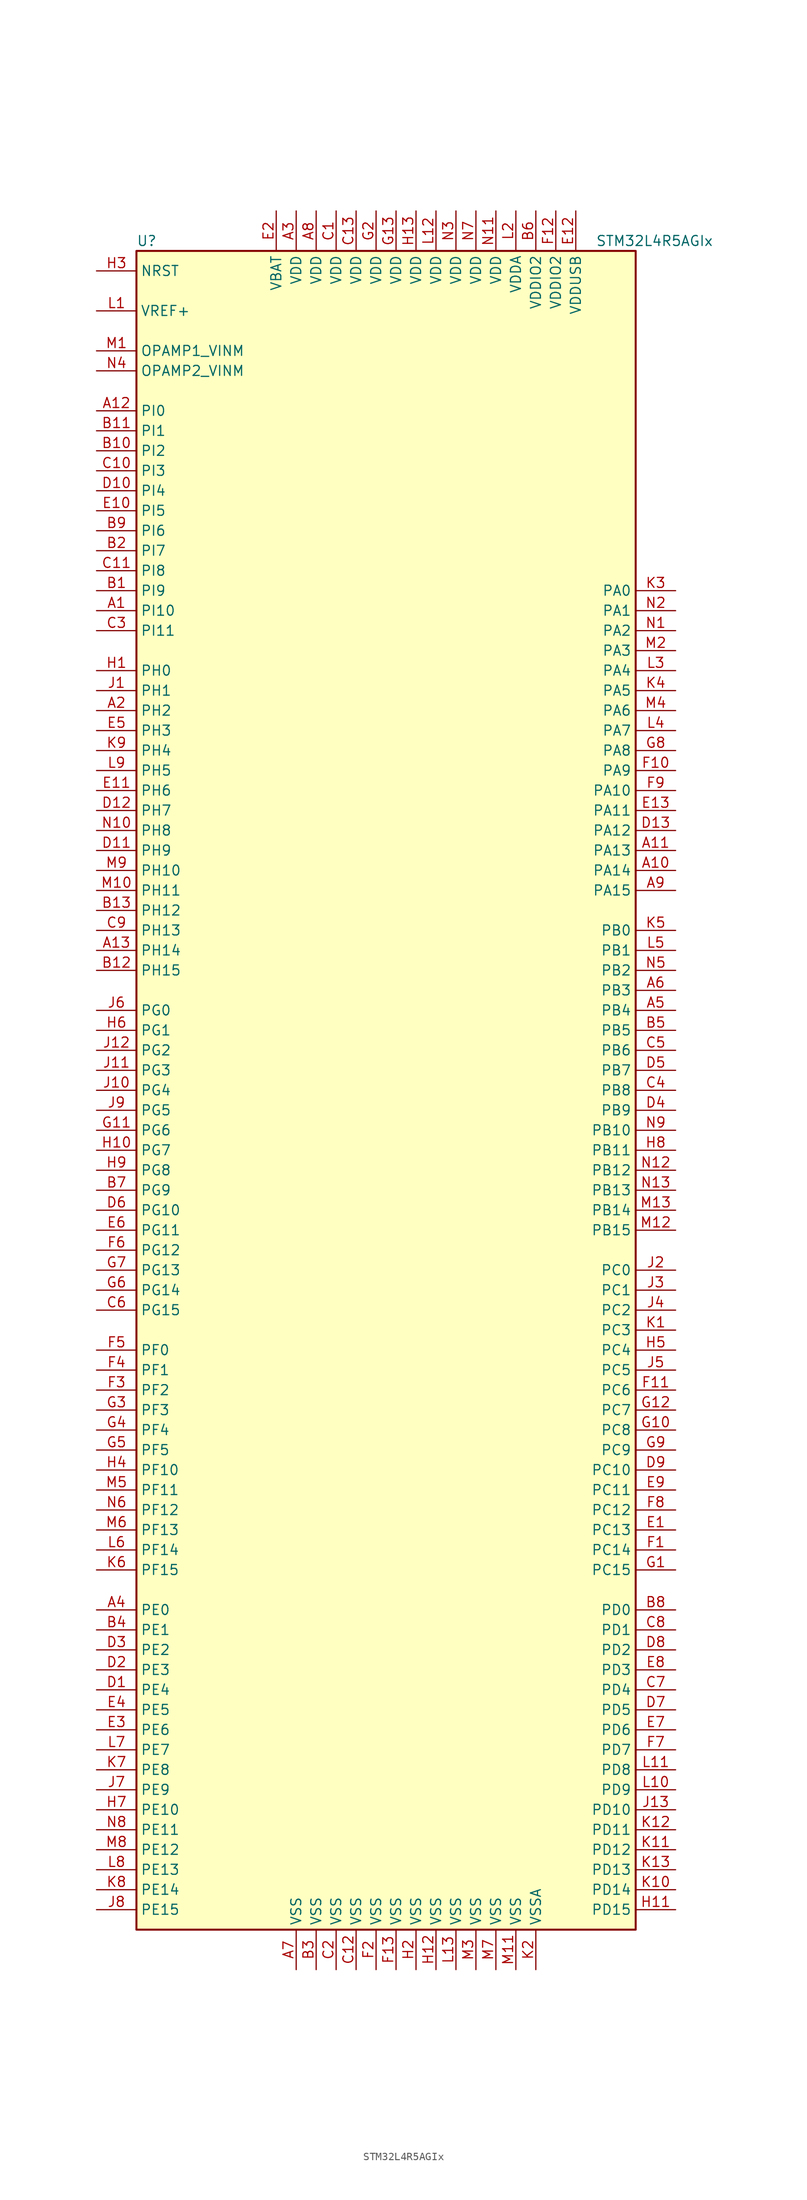
<source format=kicad_sym>
(kicad_symbol_lib
  (version 20201005)
  (generator kicad_symbol_editor)
  (symbol "STM32L4R5AGIx"
    (property "Reference" "U"
      (at -33.02 107.95 0)
      (effects (font (size 1.27 1.27)) (justify left)))
    (property "Value" "STM32L4R5AGIx"
      (at 25.4 107.95 0)
      (effects (font (size 1.27 1.27)) (justify left)))
    (symbol "STM32L4R5AGIx_0_1"
      (rectangle (start -33.02 -106.68) (end 30.48 106.68) (stroke (width 0.254)) (fill (type background))))
    (symbol "STM32L4R5AGIx_1_1"
      (pin bidirectional line (at -38.1 60.96 0) (length 5.08) (name "PI10" (effects (font (size 1.27 1.27)))) (number "A1" (effects (font (size 1.27 1.27)))))
      (pin bidirectional line (at 35.56 27.94 180) (length 5.08) (name "PA14" (effects (font (size 1.27 1.27)))) (number "A10" (effects (font (size 1.27 1.27)))))
      (pin bidirectional line (at 35.56 30.48 180) (length 5.08) (name "PA13" (effects (font (size 1.27 1.27)))) (number "A11" (effects (font (size 1.27 1.27)))))
      (pin bidirectional line (at -38.1 86.36 0) (length 5.08) (name "PI0" (effects (font (size 1.27 1.27)))) (number "A12" (effects (font (size 1.27 1.27)))))
      (pin bidirectional line (at -38.1 17.78 0) (length 5.08) (name "PH14" (effects (font (size 1.27 1.27)))) (number "A13" (effects (font (size 1.27 1.27)))))
      (pin bidirectional line (at -38.1 48.26 0) (length 5.08) (name "PH2" (effects (font (size 1.27 1.27)))) (number "A2" (effects (font (size 1.27 1.27)))))
      (pin power_in line (at -12.7 111.76 270) (length 5.08) (name "VDD" (effects (font (size 1.27 1.27)))) (number "A3" (effects (font (size 1.27 1.27)))))
      (pin bidirectional line (at -38.1 -66.04 0) (length 5.08) (name "PE0" (effects (font (size 1.27 1.27)))) (number "A4" (effects (font (size 1.27 1.27)))))
      (pin bidirectional line (at 35.56 10.16 180) (length 5.08) (name "PB4" (effects (font (size 1.27 1.27)))) (number "A5" (effects (font (size 1.27 1.27)))))
      (pin bidirectional line (at 35.56 12.7 180) (length 5.08) (name "PB3" (effects (font (size 1.27 1.27)))) (number "A6" (effects (font (size 1.27 1.27)))))
      (pin power_in line (at -12.7 -111.76 90) (length 5.08) (name "VSS" (effects (font (size 1.27 1.27)))) (number "A7" (effects (font (size 1.27 1.27)))))
      (pin power_in line (at -10.16 111.76 270) (length 5.08) (name "VDD" (effects (font (size 1.27 1.27)))) (number "A8" (effects (font (size 1.27 1.27)))))
      (pin bidirectional line (at 35.56 25.4 180) (length 5.08) (name "PA15" (effects (font (size 1.27 1.27)))) (number "A9" (effects (font (size 1.27 1.27)))))
      (pin bidirectional line (at -38.1 63.5 0) (length 5.08) (name "PI9" (effects (font (size 1.27 1.27)))) (number "B1" (effects (font (size 1.27 1.27)))))
      (pin bidirectional line (at -38.1 81.28 0) (length 5.08) (name "PI2" (effects (font (size 1.27 1.27)))) (number "B10" (effects (font (size 1.27 1.27)))))
      (pin bidirectional line (at -38.1 83.82 0) (length 5.08) (name "PI1" (effects (font (size 1.27 1.27)))) (number "B11" (effects (font (size 1.27 1.27)))))
      (pin bidirectional line (at -38.1 15.24 0) (length 5.08) (name "PH15" (effects (font (size 1.27 1.27)))) (number "B12" (effects (font (size 1.27 1.27)))))
      (pin bidirectional line (at -38.1 22.86 0) (length 5.08) (name "PH12" (effects (font (size 1.27 1.27)))) (number "B13" (effects (font (size 1.27 1.27)))))
      (pin bidirectional line (at -38.1 68.58 0) (length 5.08) (name "PI7" (effects (font (size 1.27 1.27)))) (number "B2" (effects (font (size 1.27 1.27)))))
      (pin power_in line (at -10.16 -111.76 90) (length 5.08) (name "VSS" (effects (font (size 1.27 1.27)))) (number "B3" (effects (font (size 1.27 1.27)))))
      (pin bidirectional line (at -38.1 -68.58 0) (length 5.08) (name "PE1" (effects (font (size 1.27 1.27)))) (number "B4" (effects (font (size 1.27 1.27)))))
      (pin bidirectional line (at 35.56 7.62 180) (length 5.08) (name "PB5" (effects (font (size 1.27 1.27)))) (number "B5" (effects (font (size 1.27 1.27)))))
      (pin power_in line (at 17.78 111.76 270) (length 5.08) (name "VDDIO2" (effects (font (size 1.27 1.27)))) (number "B6" (effects (font (size 1.27 1.27)))))
      (pin bidirectional line (at -38.1 -12.7 0) (length 5.08) (name "PG9" (effects (font (size 1.27 1.27)))) (number "B7" (effects (font (size 1.27 1.27)))))
      (pin bidirectional line (at 35.56 -66.04 180) (length 5.08) (name "PD0" (effects (font (size 1.27 1.27)))) (number "B8" (effects (font (size 1.27 1.27)))))
      (pin bidirectional line (at -38.1 71.12 0) (length 5.08) (name "PI6" (effects (font (size 1.27 1.27)))) (number "B9" (effects (font (size 1.27 1.27)))))
      (pin power_in line (at -7.62 111.76 270) (length 5.08) (name "VDD" (effects (font (size 1.27 1.27)))) (number "C1" (effects (font (size 1.27 1.27)))))
      (pin bidirectional line (at -38.1 78.74 0) (length 5.08) (name "PI3" (effects (font (size 1.27 1.27)))) (number "C10" (effects (font (size 1.27 1.27)))))
      (pin bidirectional line (at -38.1 66.04 0) (length 5.08) (name "PI8" (effects (font (size 1.27 1.27)))) (number "C11" (effects (font (size 1.27 1.27)))))
      (pin power_in line (at -5.08 -111.76 90) (length 5.08) (name "VSS" (effects (font (size 1.27 1.27)))) (number "C12" (effects (font (size 1.27 1.27)))))
      (pin power_in line (at -5.08 111.76 270) (length 5.08) (name "VDD" (effects (font (size 1.27 1.27)))) (number "C13" (effects (font (size 1.27 1.27)))))
      (pin power_in line (at -7.62 -111.76 90) (length 5.08) (name "VSS" (effects (font (size 1.27 1.27)))) (number "C2" (effects (font (size 1.27 1.27)))))
      (pin bidirectional line (at -38.1 58.42 0) (length 5.08) (name "PI11" (effects (font (size 1.27 1.27)))) (number "C3" (effects (font (size 1.27 1.27)))))
      (pin bidirectional line (at 35.56 0 180) (length 5.08) (name "PB8" (effects (font (size 1.27 1.27)))) (number "C4" (effects (font (size 1.27 1.27)))))
      (pin bidirectional line (at 35.56 5.08 180) (length 5.08) (name "PB6" (effects (font (size 1.27 1.27)))) (number "C5" (effects (font (size 1.27 1.27)))))
      (pin bidirectional line (at -38.1 -27.94 0) (length 5.08) (name "PG15" (effects (font (size 1.27 1.27)))) (number "C6" (effects (font (size 1.27 1.27)))))
      (pin bidirectional line (at 35.56 -76.2 180) (length 5.08) (name "PD4" (effects (font (size 1.27 1.27)))) (number "C7" (effects (font (size 1.27 1.27)))))
      (pin bidirectional line (at 35.56 -68.58 180) (length 5.08) (name "PD1" (effects (font (size 1.27 1.27)))) (number "C8" (effects (font (size 1.27 1.27)))))
      (pin bidirectional line (at -38.1 20.32 0) (length 5.08) (name "PH13" (effects (font (size 1.27 1.27)))) (number "C9" (effects (font (size 1.27 1.27)))))
      (pin bidirectional line (at -38.1 -76.2 0) (length 5.08) (name "PE4" (effects (font (size 1.27 1.27)))) (number "D1" (effects (font (size 1.27 1.27)))))
      (pin bidirectional line (at -38.1 76.2 0) (length 5.08) (name "PI4" (effects (font (size 1.27 1.27)))) (number "D10" (effects (font (size 1.27 1.27)))))
      (pin bidirectional line (at -38.1 30.48 0) (length 5.08) (name "PH9" (effects (font (size 1.27 1.27)))) (number "D11" (effects (font (size 1.27 1.27)))))
      (pin bidirectional line (at -38.1 35.56 0) (length 5.08) (name "PH7" (effects (font (size 1.27 1.27)))) (number "D12" (effects (font (size 1.27 1.27)))))
      (pin bidirectional line (at 35.56 33.02 180) (length 5.08) (name "PA12" (effects (font (size 1.27 1.27)))) (number "D13" (effects (font (size 1.27 1.27)))))
      (pin bidirectional line (at -38.1 -73.66 0) (length 5.08) (name "PE3" (effects (font (size 1.27 1.27)))) (number "D2" (effects (font (size 1.27 1.27)))))
      (pin bidirectional line (at -38.1 -71.12 0) (length 5.08) (name "PE2" (effects (font (size 1.27 1.27)))) (number "D3" (effects (font (size 1.27 1.27)))))
      (pin bidirectional line (at 35.56 -2.54 180) (length 5.08) (name "PB9" (effects (font (size 1.27 1.27)))) (number "D4" (effects (font (size 1.27 1.27)))))
      (pin bidirectional line (at 35.56 2.54 180) (length 5.08) (name "PB7" (effects (font (size 1.27 1.27)))) (number "D5" (effects (font (size 1.27 1.27)))))
      (pin bidirectional line (at -38.1 -15.24 0) (length 5.08) (name "PG10" (effects (font (size 1.27 1.27)))) (number "D6" (effects (font (size 1.27 1.27)))))
      (pin bidirectional line (at 35.56 -78.74 180) (length 5.08) (name "PD5" (effects (font (size 1.27 1.27)))) (number "D7" (effects (font (size 1.27 1.27)))))
      (pin bidirectional line (at 35.56 -71.12 180) (length 5.08) (name "PD2" (effects (font (size 1.27 1.27)))) (number "D8" (effects (font (size 1.27 1.27)))))
      (pin bidirectional line (at 35.56 -48.26 180) (length 5.08) (name "PC10" (effects (font (size 1.27 1.27)))) (number "D9" (effects (font (size 1.27 1.27)))))
      (pin bidirectional line (at 35.56 -55.88 180) (length 5.08) (name "PC13" (effects (font (size 1.27 1.27)))) (number "E1" (effects (font (size 1.27 1.27)))))
      (pin bidirectional line (at -38.1 73.66 0) (length 5.08) (name "PI5" (effects (font (size 1.27 1.27)))) (number "E10" (effects (font (size 1.27 1.27)))))
      (pin bidirectional line (at -38.1 38.1 0) (length 5.08) (name "PH6" (effects (font (size 1.27 1.27)))) (number "E11" (effects (font (size 1.27 1.27)))))
      (pin power_in line (at 22.86 111.76 270) (length 5.08) (name "VDDUSB" (effects (font (size 1.27 1.27)))) (number "E12" (effects (font (size 1.27 1.27)))))
      (pin bidirectional line (at 35.56 35.56 180) (length 5.08) (name "PA11" (effects (font (size 1.27 1.27)))) (number "E13" (effects (font (size 1.27 1.27)))))
      (pin power_in line (at -15.24 111.76 270) (length 5.08) (name "VBAT" (effects (font (size 1.27 1.27)))) (number "E2" (effects (font (size 1.27 1.27)))))
      (pin bidirectional line (at -38.1 -81.28 0) (length 5.08) (name "PE6" (effects (font (size 1.27 1.27)))) (number "E3" (effects (font (size 1.27 1.27)))))
      (pin bidirectional line (at -38.1 -78.74 0) (length 5.08) (name "PE5" (effects (font (size 1.27 1.27)))) (number "E4" (effects (font (size 1.27 1.27)))))
      (pin bidirectional line (at -38.1 45.72 0) (length 5.08) (name "PH3" (effects (font (size 1.27 1.27)))) (number "E5" (effects (font (size 1.27 1.27)))))
      (pin bidirectional line (at -38.1 -17.78 0) (length 5.08) (name "PG11" (effects (font (size 1.27 1.27)))) (number "E6" (effects (font (size 1.27 1.27)))))
      (pin bidirectional line (at 35.56 -81.28 180) (length 5.08) (name "PD6" (effects (font (size 1.27 1.27)))) (number "E7" (effects (font (size 1.27 1.27)))))
      (pin bidirectional line (at 35.56 -73.66 180) (length 5.08) (name "PD3" (effects (font (size 1.27 1.27)))) (number "E8" (effects (font (size 1.27 1.27)))))
      (pin bidirectional line (at 35.56 -50.8 180) (length 5.08) (name "PC11" (effects (font (size 1.27 1.27)))) (number "E9" (effects (font (size 1.27 1.27)))))
      (pin bidirectional line (at 35.56 -58.42 180) (length 5.08) (name "PC14" (effects (font (size 1.27 1.27)))) (number "F1" (effects (font (size 1.27 1.27)))))
      (pin bidirectional line (at 35.56 40.64 180) (length 5.08) (name "PA9" (effects (font (size 1.27 1.27)))) (number "F10" (effects (font (size 1.27 1.27)))))
      (pin bidirectional line (at 35.56 -38.1 180) (length 5.08) (name "PC6" (effects (font (size 1.27 1.27)))) (number "F11" (effects (font (size 1.27 1.27)))))
      (pin power_in line (at 20.32 111.76 270) (length 5.08) (name "VDDIO2" (effects (font (size 1.27 1.27)))) (number "F12" (effects (font (size 1.27 1.27)))))
      (pin power_in line (at 0 -111.76 90) (length 5.08) (name "VSS" (effects (font (size 1.27 1.27)))) (number "F13" (effects (font (size 1.27 1.27)))))
      (pin power_in line (at -2.54 -111.76 90) (length 5.08) (name "VSS" (effects (font (size 1.27 1.27)))) (number "F2" (effects (font (size 1.27 1.27)))))
      (pin bidirectional line (at -38.1 -38.1 0) (length 5.08) (name "PF2" (effects (font (size 1.27 1.27)))) (number "F3" (effects (font (size 1.27 1.27)))))
      (pin bidirectional line (at -38.1 -35.56 0) (length 5.08) (name "PF1" (effects (font (size 1.27 1.27)))) (number "F4" (effects (font (size 1.27 1.27)))))
      (pin bidirectional line (at -38.1 -33.02 0) (length 5.08) (name "PF0" (effects (font (size 1.27 1.27)))) (number "F5" (effects (font (size 1.27 1.27)))))
      (pin bidirectional line (at -38.1 -20.32 0) (length 5.08) (name "PG12" (effects (font (size 1.27 1.27)))) (number "F6" (effects (font (size 1.27 1.27)))))
      (pin bidirectional line (at 35.56 -83.82 180) (length 5.08) (name "PD7" (effects (font (size 1.27 1.27)))) (number "F7" (effects (font (size 1.27 1.27)))))
      (pin bidirectional line (at 35.56 -53.34 180) (length 5.08) (name "PC12" (effects (font (size 1.27 1.27)))) (number "F8" (effects (font (size 1.27 1.27)))))
      (pin bidirectional line (at 35.56 38.1 180) (length 5.08) (name "PA10" (effects (font (size 1.27 1.27)))) (number "F9" (effects (font (size 1.27 1.27)))))
      (pin bidirectional line (at 35.56 -60.96 180) (length 5.08) (name "PC15" (effects (font (size 1.27 1.27)))) (number "G1" (effects (font (size 1.27 1.27)))))
      (pin bidirectional line (at 35.56 -43.18 180) (length 5.08) (name "PC8" (effects (font (size 1.27 1.27)))) (number "G10" (effects (font (size 1.27 1.27)))))
      (pin bidirectional line (at -38.1 -5.08 0) (length 5.08) (name "PG6" (effects (font (size 1.27 1.27)))) (number "G11" (effects (font (size 1.27 1.27)))))
      (pin bidirectional line (at 35.56 -40.64 180) (length 5.08) (name "PC7" (effects (font (size 1.27 1.27)))) (number "G12" (effects (font (size 1.27 1.27)))))
      (pin power_in line (at 0 111.76 270) (length 5.08) (name "VDD" (effects (font (size 1.27 1.27)))) (number "G13" (effects (font (size 1.27 1.27)))))
      (pin power_in line (at -2.54 111.76 270) (length 5.08) (name "VDD" (effects (font (size 1.27 1.27)))) (number "G2" (effects (font (size 1.27 1.27)))))
      (pin bidirectional line (at -38.1 -40.64 0) (length 5.08) (name "PF3" (effects (font (size 1.27 1.27)))) (number "G3" (effects (font (size 1.27 1.27)))))
      (pin bidirectional line (at -38.1 -43.18 0) (length 5.08) (name "PF4" (effects (font (size 1.27 1.27)))) (number "G4" (effects (font (size 1.27 1.27)))))
      (pin bidirectional line (at -38.1 -45.72 0) (length 5.08) (name "PF5" (effects (font (size 1.27 1.27)))) (number "G5" (effects (font (size 1.27 1.27)))))
      (pin bidirectional line (at -38.1 -25.4 0) (length 5.08) (name "PG14" (effects (font (size 1.27 1.27)))) (number "G6" (effects (font (size 1.27 1.27)))))
      (pin bidirectional line (at -38.1 -22.86 0) (length 5.08) (name "PG13" (effects (font (size 1.27 1.27)))) (number "G7" (effects (font (size 1.27 1.27)))))
      (pin bidirectional line (at 35.56 43.18 180) (length 5.08) (name "PA8" (effects (font (size 1.27 1.27)))) (number "G8" (effects (font (size 1.27 1.27)))))
      (pin bidirectional line (at 35.56 -45.72 180) (length 5.08) (name "PC9" (effects (font (size 1.27 1.27)))) (number "G9" (effects (font (size 1.27 1.27)))))
      (pin input line (at -38.1 53.34 0) (length 5.08) (name "PH0" (effects (font (size 1.27 1.27)))) (number "H1" (effects (font (size 1.27 1.27)))))
      (pin bidirectional line (at -38.1 -7.62 0) (length 5.08) (name "PG7" (effects (font (size 1.27 1.27)))) (number "H10" (effects (font (size 1.27 1.27)))))
      (pin bidirectional line (at 35.56 -104.14 180) (length 5.08) (name "PD15" (effects (font (size 1.27 1.27)))) (number "H11" (effects (font (size 1.27 1.27)))))
      (pin power_in line (at 5.08 -111.76 90) (length 5.08) (name "VSS" (effects (font (size 1.27 1.27)))) (number "H12" (effects (font (size 1.27 1.27)))))
      (pin power_in line (at 2.54 111.76 270) (length 5.08) (name "VDD" (effects (font (size 1.27 1.27)))) (number "H13" (effects (font (size 1.27 1.27)))))
      (pin power_in line (at 2.54 -111.76 90) (length 5.08) (name "VSS" (effects (font (size 1.27 1.27)))) (number "H2" (effects (font (size 1.27 1.27)))))
      (pin input line (at -38.1 104.14 0) (length 5.08) (name "NRST" (effects (font (size 1.27 1.27)))) (number "H3" (effects (font (size 1.27 1.27)))))
      (pin bidirectional line (at -38.1 -48.26 0) (length 5.08) (name "PF10" (effects (font (size 1.27 1.27)))) (number "H4" (effects (font (size 1.27 1.27)))))
      (pin bidirectional line (at 35.56 -33.02 180) (length 5.08) (name "PC4" (effects (font (size 1.27 1.27)))) (number "H5" (effects (font (size 1.27 1.27)))))
      (pin bidirectional line (at -38.1 7.62 0) (length 5.08) (name "PG1" (effects (font (size 1.27 1.27)))) (number "H6" (effects (font (size 1.27 1.27)))))
      (pin bidirectional line (at -38.1 -91.44 0) (length 5.08) (name "PE10" (effects (font (size 1.27 1.27)))) (number "H7" (effects (font (size 1.27 1.27)))))
      (pin bidirectional line (at 35.56 -7.62 180) (length 5.08) (name "PB11" (effects (font (size 1.27 1.27)))) (number "H8" (effects (font (size 1.27 1.27)))))
      (pin bidirectional line (at -38.1 -10.16 0) (length 5.08) (name "PG8" (effects (font (size 1.27 1.27)))) (number "H9" (effects (font (size 1.27 1.27)))))
      (pin input line (at -38.1 50.8 0) (length 5.08) (name "PH1" (effects (font (size 1.27 1.27)))) (number "J1" (effects (font (size 1.27 1.27)))))
      (pin bidirectional line (at -38.1 0 0) (length 5.08) (name "PG4" (effects (font (size 1.27 1.27)))) (number "J10" (effects (font (size 1.27 1.27)))))
      (pin bidirectional line (at -38.1 2.54 0) (length 5.08) (name "PG3" (effects (font (size 1.27 1.27)))) (number "J11" (effects (font (size 1.27 1.27)))))
      (pin bidirectional line (at -38.1 5.08 0) (length 5.08) (name "PG2" (effects (font (size 1.27 1.27)))) (number "J12" (effects (font (size 1.27 1.27)))))
      (pin bidirectional line (at 35.56 -91.44 180) (length 5.08) (name "PD10" (effects (font (size 1.27 1.27)))) (number "J13" (effects (font (size 1.27 1.27)))))
      (pin bidirectional line (at 35.56 -22.86 180) (length 5.08) (name "PC0" (effects (font (size 1.27 1.27)))) (number "J2" (effects (font (size 1.27 1.27)))))
      (pin bidirectional line (at 35.56 -25.4 180) (length 5.08) (name "PC1" (effects (font (size 1.27 1.27)))) (number "J3" (effects (font (size 1.27 1.27)))))
      (pin bidirectional line (at 35.56 -27.94 180) (length 5.08) (name "PC2" (effects (font (size 1.27 1.27)))) (number "J4" (effects (font (size 1.27 1.27)))))
      (pin bidirectional line (at 35.56 -35.56 180) (length 5.08) (name "PC5" (effects (font (size 1.27 1.27)))) (number "J5" (effects (font (size 1.27 1.27)))))
      (pin bidirectional line (at -38.1 10.16 0) (length 5.08) (name "PG0" (effects (font (size 1.27 1.27)))) (number "J6" (effects (font (size 1.27 1.27)))))
      (pin bidirectional line (at -38.1 -88.9 0) (length 5.08) (name "PE9" (effects (font (size 1.27 1.27)))) (number "J7" (effects (font (size 1.27 1.27)))))
      (pin bidirectional line (at -38.1 -104.14 0) (length 5.08) (name "PE15" (effects (font (size 1.27 1.27)))) (number "J8" (effects (font (size 1.27 1.27)))))
      (pin bidirectional line (at -38.1 -2.54 0) (length 5.08) (name "PG5" (effects (font (size 1.27 1.27)))) (number "J9" (effects (font (size 1.27 1.27)))))
      (pin bidirectional line (at 35.56 -30.48 180) (length 5.08) (name "PC3" (effects (font (size 1.27 1.27)))) (number "K1" (effects (font (size 1.27 1.27)))))
      (pin bidirectional line (at 35.56 -101.6 180) (length 5.08) (name "PD14" (effects (font (size 1.27 1.27)))) (number "K10" (effects (font (size 1.27 1.27)))))
      (pin bidirectional line (at 35.56 -96.52 180) (length 5.08) (name "PD12" (effects (font (size 1.27 1.27)))) (number "K11" (effects (font (size 1.27 1.27)))))
      (pin bidirectional line (at 35.56 -93.98 180) (length 5.08) (name "PD11" (effects (font (size 1.27 1.27)))) (number "K12" (effects (font (size 1.27 1.27)))))
      (pin bidirectional line (at 35.56 -99.06 180) (length 5.08) (name "PD13" (effects (font (size 1.27 1.27)))) (number "K13" (effects (font (size 1.27 1.27)))))
      (pin power_in line (at 17.78 -111.76 90) (length 5.08) (name "VSSA" (effects (font (size 1.27 1.27)))) (number "K2" (effects (font (size 1.27 1.27)))))
      (pin bidirectional line (at 35.56 63.5 180) (length 5.08) (name "PA0" (effects (font (size 1.27 1.27)))) (number "K3" (effects (font (size 1.27 1.27)))))
      (pin bidirectional line (at 35.56 50.8 180) (length 5.08) (name "PA5" (effects (font (size 1.27 1.27)))) (number "K4" (effects (font (size 1.27 1.27)))))
      (pin bidirectional line (at 35.56 20.32 180) (length 5.08) (name "PB0" (effects (font (size 1.27 1.27)))) (number "K5" (effects (font (size 1.27 1.27)))))
      (pin bidirectional line (at -38.1 -60.96 0) (length 5.08) (name "PF15" (effects (font (size 1.27 1.27)))) (number "K6" (effects (font (size 1.27 1.27)))))
      (pin bidirectional line (at -38.1 -86.36 0) (length 5.08) (name "PE8" (effects (font (size 1.27 1.27)))) (number "K7" (effects (font (size 1.27 1.27)))))
      (pin bidirectional line (at -38.1 -101.6 0) (length 5.08) (name "PE14" (effects (font (size 1.27 1.27)))) (number "K8" (effects (font (size 1.27 1.27)))))
      (pin bidirectional line (at -38.1 43.18 0) (length 5.08) (name "PH4" (effects (font (size 1.27 1.27)))) (number "K9" (effects (font (size 1.27 1.27)))))
      (pin bidirectional line (at -38.1 99.06 0) (length 5.08) (name "VREF+" (effects (font (size 1.27 1.27)))) (number "L1" (effects (font (size 1.27 1.27)))))
      (pin bidirectional line (at 35.56 -88.9 180) (length 5.08) (name "PD9" (effects (font (size 1.27 1.27)))) (number "L10" (effects (font (size 1.27 1.27)))))
      (pin bidirectional line (at 35.56 -86.36 180) (length 5.08) (name "PD8" (effects (font (size 1.27 1.27)))) (number "L11" (effects (font (size 1.27 1.27)))))
      (pin power_in line (at 5.08 111.76 270) (length 5.08) (name "VDD" (effects (font (size 1.27 1.27)))) (number "L12" (effects (font (size 1.27 1.27)))))
      (pin power_in line (at 7.62 -111.76 90) (length 5.08) (name "VSS" (effects (font (size 1.27 1.27)))) (number "L13" (effects (font (size 1.27 1.27)))))
      (pin power_in line (at 15.24 111.76 270) (length 5.08) (name "VDDA" (effects (font (size 1.27 1.27)))) (number "L2" (effects (font (size 1.27 1.27)))))
      (pin bidirectional line (at 35.56 53.34 180) (length 5.08) (name "PA4" (effects (font (size 1.27 1.27)))) (number "L3" (effects (font (size 1.27 1.27)))))
      (pin bidirectional line (at 35.56 45.72 180) (length 5.08) (name "PA7" (effects (font (size 1.27 1.27)))) (number "L4" (effects (font (size 1.27 1.27)))))
      (pin bidirectional line (at 35.56 17.78 180) (length 5.08) (name "PB1" (effects (font (size 1.27 1.27)))) (number "L5" (effects (font (size 1.27 1.27)))))
      (pin bidirectional line (at -38.1 -58.42 0) (length 5.08) (name "PF14" (effects (font (size 1.27 1.27)))) (number "L6" (effects (font (size 1.27 1.27)))))
      (pin bidirectional line (at -38.1 -83.82 0) (length 5.08) (name "PE7" (effects (font (size 1.27 1.27)))) (number "L7" (effects (font (size 1.27 1.27)))))
      (pin bidirectional line (at -38.1 -99.06 0) (length 5.08) (name "PE13" (effects (font (size 1.27 1.27)))) (number "L8" (effects (font (size 1.27 1.27)))))
      (pin bidirectional line (at -38.1 40.64 0) (length 5.08) (name "PH5" (effects (font (size 1.27 1.27)))) (number "L9" (effects (font (size 1.27 1.27)))))
      (pin bidirectional line (at -38.1 93.98 0) (length 5.08) (name "OPAMP1_VINM" (effects (font (size 1.27 1.27)))) (number "M1" (effects (font (size 1.27 1.27)))))
      (pin bidirectional line (at -38.1 25.4 0) (length 5.08) (name "PH11" (effects (font (size 1.27 1.27)))) (number "M10" (effects (font (size 1.27 1.27)))))
      (pin power_in line (at 15.24 -111.76 90) (length 5.08) (name "VSS" (effects (font (size 1.27 1.27)))) (number "M11" (effects (font (size 1.27 1.27)))))
      (pin bidirectional line (at 35.56 -17.78 180) (length 5.08) (name "PB15" (effects (font (size 1.27 1.27)))) (number "M12" (effects (font (size 1.27 1.27)))))
      (pin bidirectional line (at 35.56 -15.24 180) (length 5.08) (name "PB14" (effects (font (size 1.27 1.27)))) (number "M13" (effects (font (size 1.27 1.27)))))
      (pin bidirectional line (at 35.56 55.88 180) (length 5.08) (name "PA3" (effects (font (size 1.27 1.27)))) (number "M2" (effects (font (size 1.27 1.27)))))
      (pin power_in line (at 10.16 -111.76 90) (length 5.08) (name "VSS" (effects (font (size 1.27 1.27)))) (number "M3" (effects (font (size 1.27 1.27)))))
      (pin bidirectional line (at 35.56 48.26 180) (length 5.08) (name "PA6" (effects (font (size 1.27 1.27)))) (number "M4" (effects (font (size 1.27 1.27)))))
      (pin bidirectional line (at -38.1 -50.8 0) (length 5.08) (name "PF11" (effects (font (size 1.27 1.27)))) (number "M5" (effects (font (size 1.27 1.27)))))
      (pin bidirectional line (at -38.1 -55.88 0) (length 5.08) (name "PF13" (effects (font (size 1.27 1.27)))) (number "M6" (effects (font (size 1.27 1.27)))))
      (pin power_in line (at 12.7 -111.76 90) (length 5.08) (name "VSS" (effects (font (size 1.27 1.27)))) (number "M7" (effects (font (size 1.27 1.27)))))
      (pin bidirectional line (at -38.1 -96.52 0) (length 5.08) (name "PE12" (effects (font (size 1.27 1.27)))) (number "M8" (effects (font (size 1.27 1.27)))))
      (pin bidirectional line (at -38.1 27.94 0) (length 5.08) (name "PH10" (effects (font (size 1.27 1.27)))) (number "M9" (effects (font (size 1.27 1.27)))))
      (pin bidirectional line (at 35.56 58.42 180) (length 5.08) (name "PA2" (effects (font (size 1.27 1.27)))) (number "N1" (effects (font (size 1.27 1.27)))))
      (pin bidirectional line (at -38.1 33.02 0) (length 5.08) (name "PH8" (effects (font (size 1.27 1.27)))) (number "N10" (effects (font (size 1.27 1.27)))))
      (pin power_in line (at 12.7 111.76 270) (length 5.08) (name "VDD" (effects (font (size 1.27 1.27)))) (number "N11" (effects (font (size 1.27 1.27)))))
      (pin bidirectional line (at 35.56 -10.16 180) (length 5.08) (name "PB12" (effects (font (size 1.27 1.27)))) (number "N12" (effects (font (size 1.27 1.27)))))
      (pin bidirectional line (at 35.56 -12.7 180) (length 5.08) (name "PB13" (effects (font (size 1.27 1.27)))) (number "N13" (effects (font (size 1.27 1.27)))))
      (pin bidirectional line (at 35.56 60.96 180) (length 5.08) (name "PA1" (effects (font (size 1.27 1.27)))) (number "N2" (effects (font (size 1.27 1.27)))))
      (pin power_in line (at 7.62 111.76 270) (length 5.08) (name "VDD" (effects (font (size 1.27 1.27)))) (number "N3" (effects (font (size 1.27 1.27)))))
      (pin bidirectional line (at -38.1 91.44 0) (length 5.08) (name "OPAMP2_VINM" (effects (font (size 1.27 1.27)))) (number "N4" (effects (font (size 1.27 1.27)))))
      (pin bidirectional line (at 35.56 15.24 180) (length 5.08) (name "PB2" (effects (font (size 1.27 1.27)))) (number "N5" (effects (font (size 1.27 1.27)))))
      (pin bidirectional line (at -38.1 -53.34 0) (length 5.08) (name "PF12" (effects (font (size 1.27 1.27)))) (number "N6" (effects (font (size 1.27 1.27)))))
      (pin power_in line (at 10.16 111.76 270) (length 5.08) (name "VDD" (effects (font (size 1.27 1.27)))) (number "N7" (effects (font (size 1.27 1.27)))))
      (pin bidirectional line (at -38.1 -93.98 0) (length 5.08) (name "PE11" (effects (font (size 1.27 1.27)))) (number "N8" (effects (font (size 1.27 1.27)))))
      (pin bidirectional line (at 35.56 -5.08 180) (length 5.08) (name "PB10" (effects (font (size 1.27 1.27)))) (number "N9" (effects (font (size 1.27 1.27))))))))
</source>
